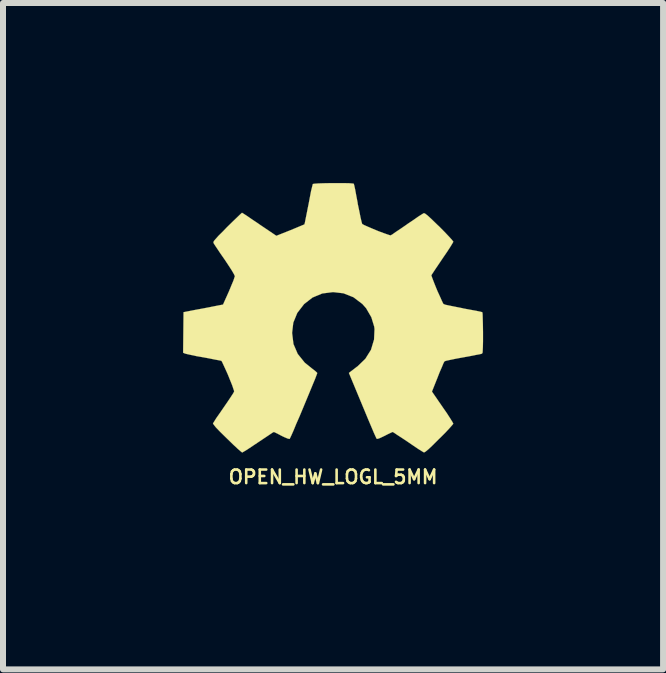
<source format=kicad_pcb>
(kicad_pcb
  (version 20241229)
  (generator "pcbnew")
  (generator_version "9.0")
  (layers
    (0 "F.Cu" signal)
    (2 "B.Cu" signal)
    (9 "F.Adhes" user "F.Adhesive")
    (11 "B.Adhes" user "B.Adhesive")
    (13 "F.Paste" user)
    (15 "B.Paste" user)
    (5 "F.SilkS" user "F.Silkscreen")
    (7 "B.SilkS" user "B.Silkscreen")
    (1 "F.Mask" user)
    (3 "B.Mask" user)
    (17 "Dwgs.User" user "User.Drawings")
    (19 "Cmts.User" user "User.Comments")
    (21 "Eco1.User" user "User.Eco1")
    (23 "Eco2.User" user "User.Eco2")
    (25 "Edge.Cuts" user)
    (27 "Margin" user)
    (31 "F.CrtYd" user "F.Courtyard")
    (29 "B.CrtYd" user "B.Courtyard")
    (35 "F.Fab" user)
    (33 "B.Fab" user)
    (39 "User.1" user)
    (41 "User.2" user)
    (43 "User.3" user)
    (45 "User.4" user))
  (footprint "OPEN_HW_LOGL_5MM"
    (layer "F.Cu")
    (at 2.501 2.247)
    (property "Reference" "OPEN_HW_LOGL_5MM" (at 0 2.652 0) (layer "F.SilkS") (effects (font (size 0.226 0.226) (thickness 0.043))))
    (attr through_hole)
    (fp_poly (pts (xy -1.514 2.245) (xy -1.488 2.23) (xy -1.43 2.195) (xy -1.346 2.139) (xy -1.247 2.073) (xy -1.148 2.007) (xy -1.067 1.953) (xy -1.011 1.915) (xy -0.986 1.902) (xy -0.973 1.908) (xy -0.927 1.93) (xy -0.859 1.966) (xy -0.818 1.986) (xy -0.757 2.012) (xy -0.724 2.019) (xy -0.719 2.009) (xy -0.696 1.961) (xy -0.66 1.88) (xy -0.615 1.77) (xy -0.559 1.643) (xy -0.503 1.509) (xy -0.445 1.369) (xy -0.389 1.234) (xy -0.34 1.115) (xy -0.3 1.019) (xy -0.274 0.95) (xy -0.264 0.922) (xy -0.267 0.914) (xy -0.3 0.884) (xy -0.353 0.843) (xy -0.472 0.747) (xy -0.589 0.602) (xy -0.66 0.437) (xy -0.683 0.251) (xy -0.663 0.081) (xy -0.597 -0.081) (xy -0.483 -0.229) (xy -0.343 -0.338) (xy -0.18 -0.406) (xy 0 -0.429) (xy 0.173 -0.409) (xy 0.34 -0.343) (xy 0.488 -0.231) (xy 0.551 -0.16) (xy 0.638 -0.01) (xy 0.686 0.147) (xy 0.691 0.188) (xy 0.683 0.363) (xy 0.632 0.533) (xy 0.538 0.683) (xy 0.409 0.808) (xy 0.394 0.818) (xy 0.335 0.864) (xy 0.295 0.894) (xy 0.264 0.919) (xy 0.488 1.458) (xy 0.523 1.542) (xy 0.584 1.689) (xy 0.638 1.816) (xy 0.681 1.918) (xy 0.711 1.984) (xy 0.724 2.012) (xy 0.724 2.014) (xy 0.744 2.017) (xy 0.785 2.002) (xy 0.861 1.966) (xy 0.909 1.941) (xy 0.968 1.913) (xy 0.993 1.902) (xy 1.016 1.915) (xy 1.069 1.951) (xy 1.151 2.004) (xy 1.247 2.068) (xy 1.339 2.131) (xy 1.422 2.187) (xy 1.483 2.225) (xy 1.514 2.243) (xy 1.519 2.243) (xy 1.544 2.228) (xy 1.593 2.187) (xy 1.666 2.118) (xy 1.77 2.014) (xy 1.786 1.999) (xy 1.872 1.913) (xy 1.941 1.839) (xy 1.986 1.788) (xy 2.004 1.765) (xy 1.989 1.735) (xy 1.951 1.674) (xy 1.895 1.587) (xy 1.826 1.488) (xy 1.648 1.229) (xy 1.745 0.986) (xy 1.775 0.909) (xy 1.814 0.82) (xy 1.841 0.754) (xy 1.857 0.726) (xy 1.882 0.716) (xy 1.951 0.701) (xy 2.047 0.681) (xy 2.162 0.66) (xy 2.273 0.64) (xy 2.372 0.62) (xy 2.443 0.607) (xy 2.477 0.599) (xy 2.484 0.594) (xy 2.492 0.579) (xy 2.494 0.546) (xy 2.497 0.485) (xy 2.499 0.391) (xy 2.499 0.251) (xy 2.499 0.236) (xy 2.497 0.107) (xy 2.494 0) (xy 2.492 -0.066) (xy 2.487 -0.094) (xy 2.456 -0.102) (xy 2.385 -0.117) (xy 2.286 -0.135) (xy 2.167 -0.157) (xy 2.159 -0.16) (xy 2.042 -0.183) (xy 1.943 -0.203) (xy 1.872 -0.218) (xy 1.844 -0.229) (xy 1.836 -0.236) (xy 1.814 -0.282) (xy 1.781 -0.356) (xy 1.74 -0.445) (xy 1.702 -0.538) (xy 1.669 -0.622) (xy 1.646 -0.683) (xy 1.638 -0.711) (xy 1.641 -0.714) (xy 1.659 -0.742) (xy 1.699 -0.803) (xy 1.755 -0.886) (xy 1.824 -0.988) (xy 1.829 -0.996) (xy 1.897 -1.095) (xy 1.953 -1.181) (xy 1.989 -1.24) (xy 2.004 -1.267) (xy 2.004 -1.27) (xy 1.981 -1.3) (xy 1.93 -1.356) (xy 1.857 -1.433) (xy 1.77 -1.521) (xy 1.742 -1.547) (xy 1.643 -1.643) (xy 1.577 -1.704) (xy 1.534 -1.737) (xy 1.514 -1.745) (xy 1.483 -1.727) (xy 1.42 -1.687) (xy 1.336 -1.628) (xy 1.234 -1.56) (xy 1.227 -1.554) (xy 1.128 -1.486) (xy 1.044 -1.43) (xy 0.986 -1.389) (xy 0.958 -1.374) (xy 0.955 -1.374) (xy 0.914 -1.387) (xy 0.843 -1.412) (xy 0.754 -1.445) (xy 0.663 -1.483) (xy 0.579 -1.519) (xy 0.516 -1.547) (xy 0.485 -1.565) (xy 0.475 -1.6) (xy 0.457 -1.676) (xy 0.437 -1.778) (xy 0.411 -1.9) (xy 0.409 -1.92) (xy 0.386 -2.04) (xy 0.368 -2.139) (xy 0.353 -2.207) (xy 0.345 -2.235) (xy 0.33 -2.238) (xy 0.272 -2.243) (xy 0.183 -2.245) (xy 0.074 -2.245) (xy -0.038 -2.245) (xy -0.147 -2.243) (xy -0.241 -2.24) (xy -0.31 -2.235) (xy -0.338 -2.23) (xy -0.338 -2.228) (xy -0.348 -2.189) (xy -0.366 -2.116) (xy -0.386 -2.012) (xy -0.409 -1.89) (xy -0.414 -1.867) (xy -0.437 -1.75) (xy -0.457 -1.651) (xy -0.47 -1.585) (xy -0.478 -1.557) (xy -0.49 -1.552) (xy -0.538 -1.532) (xy -0.617 -1.499) (xy -0.716 -1.458) (xy -0.945 -1.367) (xy -1.227 -1.557) (xy -1.252 -1.575) (xy -1.354 -1.643) (xy -1.435 -1.699) (xy -1.494 -1.737) (xy -1.516 -1.75) (xy -1.519 -1.75) (xy -1.547 -1.725) (xy -1.603 -1.671) (xy -1.679 -1.598) (xy -1.768 -1.511) (xy -1.831 -1.445) (xy -1.91 -1.367) (xy -1.958 -1.313) (xy -1.986 -1.28) (xy -1.994 -1.26) (xy -1.991 -1.245) (xy -1.974 -1.217) (xy -1.933 -1.156) (xy -1.875 -1.069) (xy -1.806 -0.97) (xy -1.75 -0.886) (xy -1.689 -0.792) (xy -1.651 -0.726) (xy -1.636 -0.693) (xy -1.641 -0.681) (xy -1.659 -0.625) (xy -1.694 -0.541) (xy -1.735 -0.442) (xy -1.834 -0.221) (xy -1.979 -0.193) (xy -2.068 -0.175) (xy -2.189 -0.152) (xy -2.309 -0.13) (xy -2.492 -0.094) (xy -2.499 0.582) (xy -2.471 0.594) (xy -2.443 0.602) (xy -2.375 0.617) (xy -2.278 0.638) (xy -2.162 0.658) (xy -2.065 0.676) (xy -1.966 0.696) (xy -1.895 0.709) (xy -1.864 0.716) (xy -1.854 0.726) (xy -1.831 0.775) (xy -1.796 0.851) (xy -1.755 0.942) (xy -1.717 1.036) (xy -1.681 1.125) (xy -1.659 1.191) (xy -1.648 1.224) (xy -1.661 1.252) (xy -1.699 1.311) (xy -1.753 1.392) (xy -1.821 1.491) (xy -1.887 1.587) (xy -1.946 1.671) (xy -1.984 1.732) (xy -2.002 1.76) (xy -1.991 1.778) (xy -1.953 1.826) (xy -1.88 1.902) (xy -1.768 2.012) (xy -1.75 2.029) (xy -1.664 2.113) (xy -1.59 2.182) (xy -1.537 2.228) (xy -1.514 2.245)) (stroke (width 0.003) (type solid)) (fill yes) (layer "F.SilkS")))
  (gr_rect
    (start -3 -3)
    (end 8.001 8.106)
    (stroke (width 0.1) (type default))
    (fill no)
    (layer "Edge.Cuts")))
</source>
